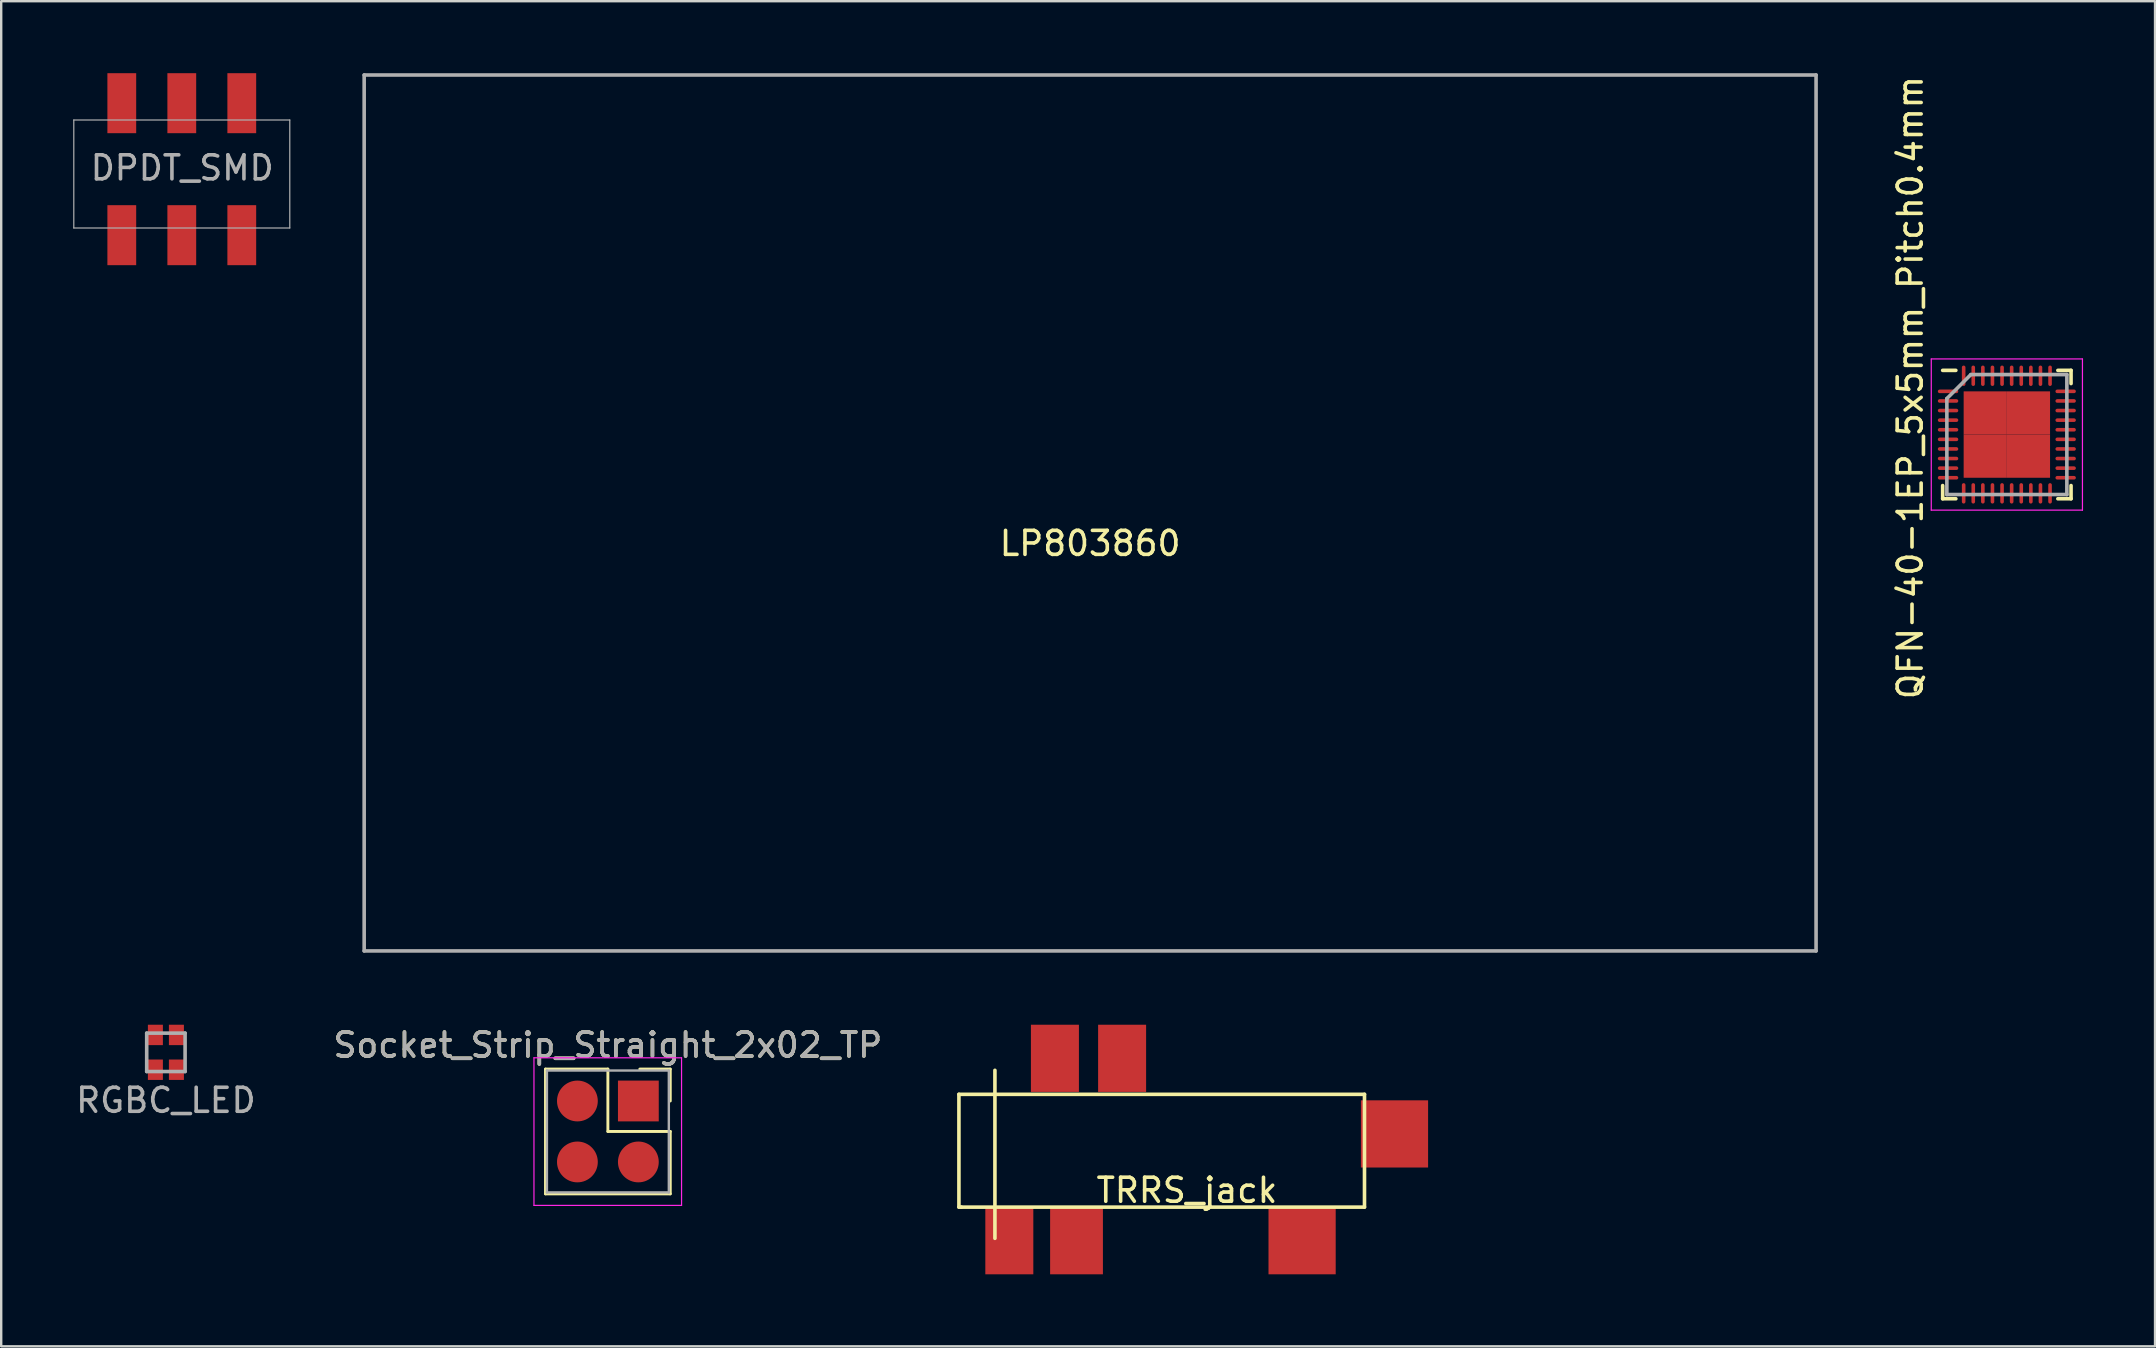
<source format=kicad_pcb>
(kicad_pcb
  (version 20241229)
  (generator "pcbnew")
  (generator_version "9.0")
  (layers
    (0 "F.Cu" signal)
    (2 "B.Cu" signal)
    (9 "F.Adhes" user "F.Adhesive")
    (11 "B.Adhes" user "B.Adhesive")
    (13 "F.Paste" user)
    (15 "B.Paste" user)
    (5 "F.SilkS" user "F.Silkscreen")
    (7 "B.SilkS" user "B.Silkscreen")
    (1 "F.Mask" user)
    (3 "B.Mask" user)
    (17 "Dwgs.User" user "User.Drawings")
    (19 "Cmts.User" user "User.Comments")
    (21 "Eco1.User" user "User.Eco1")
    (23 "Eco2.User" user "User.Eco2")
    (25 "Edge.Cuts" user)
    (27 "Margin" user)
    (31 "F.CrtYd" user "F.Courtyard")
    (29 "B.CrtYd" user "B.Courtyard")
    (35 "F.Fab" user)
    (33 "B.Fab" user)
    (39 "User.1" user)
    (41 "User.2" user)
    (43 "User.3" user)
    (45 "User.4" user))
  (footprint "DPDT_SMD"
    (layer "F.Cu")
    (at 4.525 3.95)
    (property "Reference" "DPDT_SMD" (at 0.018 -0.003 0) (layer "F.Fab") (effects (font (size 1 1) (thickness 0.15))))
    (attr smd)
    (fp_line (start -4.5 -2) (end -4.5 2.5) (stroke (width 0.05) (type solid)) (layer "F.Fab"))
    (fp_line (start -4.5 2.5) (end 4.5 2.5) (stroke (width 0.05) (type solid)) (layer "F.Fab"))
    (fp_line (start 4.5 -2) (end -4.5 -2) (stroke (width 0.05) (type solid)) (layer "F.Fab"))
    (fp_line (start 4.5 2.5) (end 4.5 -2) (stroke (width 0.05) (type solid)) (layer "F.Fab"))
    (pad "1" smd rect (at 0 -2.7) (size 1.2 2.5) (layers "F.Cu" "F.Mask" "F.Paste"))
    (pad "1" smd rect (at 0 2.8) (size 1.2 2.5) (layers "F.Cu" "F.Mask" "F.Paste"))
    (pad "2" smd rect (at 2.5 -2.7) (size 1.2 2.5) (layers "F.Cu" "F.Mask" "F.Paste"))
    (pad "2" smd rect (at 2.5 2.8) (size 1.2 2.5) (layers "F.Cu" "F.Mask" "F.Paste"))
    (pad "~" smd rect (at -2.5 -2.7) (size 1.2 2.5) (layers "F.Cu" "F.Mask" "F.Paste"))
    (pad "~" smd rect (at -2.5 2.8) (size 1.2 2.5) (layers "F.Cu" "F.Mask" "F.Paste")))
  (footprint "RGBC_LED"
    (layer "F.Cu")
    (at 3.863 40.8)
    (property "Reference" "RGBC_LED" (at 0 2 0) (layer "F.Fab") (effects (font (size 1 1) (thickness 0.15))))
    (attr smd)
    (fp_line (start -0.8 -0.8) (end 0.8 -0.8) (stroke (width 0.15) (type solid)) (layer "F.Fab"))
    (fp_line (start -0.8 0.8) (end -0.8 -0.8) (stroke (width 0.15) (type solid)) (layer "F.Fab"))
    (fp_line (start 0.8 -0.8) (end 0.8 0.8) (stroke (width 0.15) (type solid)) (layer "F.Fab"))
    (fp_line (start 0.8 0.8) (end -0.8 0.8) (stroke (width 0.15) (type solid)) (layer "F.Fab"))
    (pad "1" smd rect (at -0.438 -0.725) (size 0.625 0.85) (layers "F.Cu" "F.Mask" "F.Paste"))
    (pad "2" smd rect (at 0.438 -0.725) (size 0.625 0.85) (layers "F.Cu" "F.Mask" "F.Paste"))
    (pad "3" smd rect (at 0.438 0.725) (size 0.625 0.85) (layers "F.Cu" "F.Mask" "F.Paste"))
    (pad "4" smd rect (at -0.438 0.725) (size 0.625 0.85) (layers "F.Cu" "F.Mask" "F.Paste")))
  (footprint "Socket_Strip_Straight_2x02_TP"
    (layer "F.Cu")
    (at 23.55 42.828)
    (property "Reference" "Socket_Strip_Straight_2x02_TP" (at -1.27 -2.33 0) (layer "F.SilkS") (effects (font (size 1 1) (thickness 0.15))))
    (attr through_hole)
    (fp_line (start -3.87 -1.33) (end -1.27 -1.33) (stroke (width 0.12) (type solid)) (layer "F.SilkS"))
    (fp_line (start -3.87 3.87) (end -3.87 -1.33) (stroke (width 0.12) (type solid)) (layer "F.SilkS"))
    (fp_line (start -1.27 -1.33) (end -1.27 1.27) (stroke (width 0.12) (type solid)) (layer "F.SilkS"))
    (fp_line (start -1.27 1.27) (end 1.33 1.27) (stroke (width 0.12) (type solid)) (layer "F.SilkS"))
    (fp_line (start 1.33 -1.33) (end 0.06 -1.33) (stroke (width 0.12) (type solid)) (layer "F.SilkS"))
    (fp_line (start 1.33 0) (end 1.33 -1.33) (stroke (width 0.12) (type solid)) (layer "F.SilkS"))
    (fp_line (start 1.33 1.27) (end 1.33 3.87) (stroke (width 0.12) (type solid)) (layer "F.SilkS"))
    (fp_line (start 1.33 3.87) (end -3.87 3.87) (stroke (width 0.12) (type solid)) (layer "F.SilkS"))
    (fp_line (start -4.35 -1.8) (end -4.35 4.35) (stroke (width 0.05) (type solid)) (layer "F.CrtYd"))
    (fp_line (start -4.35 4.35) (end 1.8 4.35) (stroke (width 0.05) (type solid)) (layer "F.CrtYd"))
    (fp_line (start 1.8 -1.8) (end -4.35 -1.8) (stroke (width 0.05) (type solid)) (layer "F.CrtYd"))
    (fp_line (start 1.8 4.35) (end 1.8 -1.8) (stroke (width 0.05) (type solid)) (layer "F.CrtYd"))
    (fp_line (start -3.81 -1.27) (end -3.81 3.81) (stroke (width 0.1) (type solid)) (layer "F.Fab"))
    (fp_line (start -3.81 3.81) (end 1.27 3.81) (stroke (width 0.1) (type solid)) (layer "F.Fab"))
    (fp_line (start 1.27 -1.27) (end -3.81 -1.27) (stroke (width 0.1) (type solid)) (layer "F.Fab"))
    (fp_line (start 1.27 3.81) (end 1.27 -1.27) (stroke (width 0.1) (type solid)) (layer "F.Fab"))
    (fp_text user "${REFERENCE}" (at -1.27 -2.33 0) (layer "F.Fab") (effects (font (size 1 1) (thickness 0.15))))
    (pad "1" smd rect (at 0 0) (size 1.7 1.7) (layers "F.Cu" "F.Mask" "F.Paste"))
    (pad "2" smd oval (at -2.54 0) (size 1.7 1.7) (layers "F.Cu" "F.Mask" "F.Paste"))
    (pad "3" smd oval (at 0 2.54) (size 1.7 1.7) (layers "F.Cu" "F.Mask" "F.Paste"))
    (pad "4" smd oval (at -2.54 2.54) (size 1.7 1.7) (layers "F.Cu" "F.Mask" "F.Paste")))
  (footprint "TRRS_jack"
    (layer "F.Cu")
    (at 45.358 44.9)
    (property "Reference" "TRRS_jack" (at 1.05 1.65 0) (layer "F.SilkS") (effects (font (size 1 1) (thickness 0.15))))
    (attr smd)
    (fp_line (start -8.45 -2.35) (end 8.45 -2.35) (stroke (width 0.15) (type solid)) (layer "F.SilkS"))
    (fp_line (start -8.45 2.35) (end -8.45 -2.35) (stroke (width 0.15) (type solid)) (layer "F.SilkS"))
    (fp_line (start -8.35 2.35) (end -8.45 2.35) (stroke (width 0.15) (type solid)) (layer "F.SilkS"))
    (fp_line (start -6.95 -3.35) (end -6.95 3.65) (stroke (width 0.15) (type solid)) (layer "F.SilkS"))
    (fp_line (start 8.45 -2.35) (end 8.45 2.35) (stroke (width 0.15) (type solid)) (layer "F.SilkS"))
    (fp_line (start 8.45 2.35) (end -8.35 2.35) (stroke (width 0.15) (type solid)) (layer "F.SilkS"))
    (pad "5" smd rect (at 9.7 -0.7) (size 2.8 2.8) (layers "F.Cu" "F.Mask" "F.Paste"))
    (pad "6" smd rect (at -4.45 -3.85) (size 2 2.8) (layers "F.Cu" "F.Mask" "F.Paste"))
    (pad "R1" smd rect (at -1.65 -3.85) (size 2 2.8) (layers "F.Cu" "F.Mask" "F.Paste"))
    (pad "R2" smd rect (at -3.55 3.75) (size 2.2 2.8) (layers "F.Cu" "F.Mask" "F.Paste"))
    (pad "S" smd rect (at -6.35 3.75) (size 2 2.8) (layers "F.Cu" "F.Mask" "F.Paste"))
    (pad "T" smd rect (at 5.85 3.75) (size 2.8 2.8) (layers "F.Cu" "F.Mask" "F.Paste")))
  (footprint "LP803860"
    (layer "F.Cu")
    (at 42.375 18.325)
    (property "Reference" "LP803860" (at 0 1.27 0) (layer "F.SilkS") (effects (font (size 1 1) (thickness 0.15))))
    (attr through_hole)
    (fp_line (start -30.25 -18.25) (end -30.25 18.25) (stroke (width 0.15) (type solid)) (layer "F.Fab"))
    (fp_line (start 30.25 -18.25) (end -30.25 -18.25) (stroke (width 0.15) (type solid)) (layer "F.Fab"))
    (fp_line (start 30.25 -18.25) (end 30.25 18.25) (stroke (width 0.15) (type solid)) (layer "F.Fab"))
    (fp_line (start 30.25 18.25) (end -30.25 18.25) (stroke (width 0.15) (type solid)) (layer "F.Fab")))
  (footprint "QFN-40-1EP_5x5mm_Pitch0.4mm"
    (layer "F.Cu")
    (at 80.575 15.058)
    (property "Reference" "QFN-40-1EP_5x5mm_Pitch0.4mm" (at -4.026 -1.957 270) (layer "F.SilkS") (effects (font (size 1 1) (thickness 0.15))))
    (attr smd)
    (fp_line (start -2.675 -2.675) (end -2.125 -2.675) (stroke (width 0.15) (type solid)) (layer "F.SilkS"))
    (fp_line (start -2.675 2.675) (end -2.675 2.125) (stroke (width 0.15) (type solid)) (layer "F.SilkS"))
    (fp_line (start -2.675 2.675) (end -2.125 2.675) (stroke (width 0.15) (type solid)) (layer "F.SilkS"))
    (fp_line (start 2.675 -2.675) (end 2.125 -2.675) (stroke (width 0.15) (type solid)) (layer "F.SilkS"))
    (fp_line (start 2.675 -2.675) (end 2.675 -2.125) (stroke (width 0.15) (type solid)) (layer "F.SilkS"))
    (fp_line (start 2.675 2.675) (end 2.125 2.675) (stroke (width 0.15) (type solid)) (layer "F.SilkS"))
    (fp_line (start 2.675 2.675) (end 2.675 2.125) (stroke (width 0.15) (type solid)) (layer "F.SilkS"))
    (fp_line (start -3.15 -3.15) (end -3.15 3.15) (stroke (width 0.05) (type solid)) (layer "F.CrtYd"))
    (fp_line (start -3.15 -3.15) (end 3.15 -3.15) (stroke (width 0.05) (type solid)) (layer "F.CrtYd"))
    (fp_line (start -3.15 3.15) (end 3.15 3.15) (stroke (width 0.05) (type solid)) (layer "F.CrtYd"))
    (fp_line (start 3.15 -3.15) (end 3.15 3.15) (stroke (width 0.05) (type solid)) (layer "F.CrtYd"))
    (fp_line (start -2.5 -1.5) (end -1.5 -2.5) (stroke (width 0.15) (type solid)) (layer "F.Fab"))
    (fp_line (start -2.5 2.5) (end -2.5 -1.5) (stroke (width 0.15) (type solid)) (layer "F.Fab"))
    (fp_line (start -1.5 -2.5) (end 2.5 -2.5) (stroke (width 0.15) (type solid)) (layer "F.Fab"))
    (fp_line (start 2.5 -2.5) (end 2.5 2.5) (stroke (width 0.15) (type solid)) (layer "F.Fab"))
    (fp_line (start 2.5 2.5) (end -2.5 2.5) (stroke (width 0.15) (type solid)) (layer "F.Fab"))
    (pad "1" smd oval (at -2.45 -1.8) (size 0.85 0.15) (layers "F.Cu" "F.Mask" "F.Paste"))
    (pad "2" smd oval (at -2.45 -1.4) (size 0.85 0.15) (layers "F.Cu" "F.Mask" "F.Paste"))
    (pad "3" smd oval (at -2.45 -1) (size 0.85 0.15) (layers "F.Cu" "F.Mask" "F.Paste"))
    (pad "4" smd oval (at -2.45 -0.6) (size 0.85 0.15) (layers "F.Cu" "F.Mask" "F.Paste"))
    (pad "5" smd oval (at -2.45 -0.2) (size 0.85 0.15) (layers "F.Cu" "F.Mask" "F.Paste"))
    (pad "6" smd oval (at -2.45 0.2) (size 0.85 0.15) (layers "F.Cu" "F.Mask" "F.Paste"))
    (pad "7" smd oval (at -2.45 0.6) (size 0.85 0.15) (layers "F.Cu" "F.Mask" "F.Paste"))
    (pad "8" smd oval (at -2.45 1) (size 0.85 0.15) (layers "F.Cu" "F.Mask" "F.Paste"))
    (pad "9" smd oval (at -2.45 1.4) (size 0.85 0.15) (layers "F.Cu" "F.Mask" "F.Paste"))
    (pad "10" smd oval (at -2.45 1.8) (size 0.85 0.15) (layers "F.Cu" "F.Mask" "F.Paste"))
    (pad "11" smd oval (at -1.8 2.45 90) (size 0.85 0.15) (layers "F.Cu" "F.Mask" "F.Paste"))
    (pad "12" smd oval (at -1.4 2.45 90) (size 0.85 0.15) (layers "F.Cu" "F.Mask" "F.Paste"))
    (pad "13" smd oval (at -1 2.45 90) (size 0.85 0.15) (layers "F.Cu" "F.Mask" "F.Paste"))
    (pad "14" smd oval (at -0.6 2.45 90) (size 0.85 0.15) (layers "F.Cu" "F.Mask" "F.Paste"))
    (pad "15" smd oval (at -0.2 2.45 90) (size 0.85 0.15) (layers "F.Cu" "F.Mask" "F.Paste"))
    (pad "16" smd oval (at 0.2 2.45 90) (size 0.85 0.15) (layers "F.Cu" "F.Mask" "F.Paste"))
    (pad "17" smd oval (at 0.6 2.45 90) (size 0.85 0.15) (layers "F.Cu" "F.Mask" "F.Paste"))
    (pad "18" smd oval (at 1 2.45 90) (size 0.85 0.15) (layers "F.Cu" "F.Mask" "F.Paste"))
    (pad "19" smd oval (at 1.4 2.45 90) (size 0.85 0.15) (layers "F.Cu" "F.Mask" "F.Paste"))
    (pad "20" smd oval (at 1.8 2.45 90) (size 0.85 0.15) (layers "F.Cu" "F.Mask" "F.Paste"))
    (pad "21" smd oval (at 2.45 1.8) (size 0.85 0.15) (layers "F.Cu" "F.Mask" "F.Paste"))
    (pad "22" smd oval (at 2.45 1.4) (size 0.85 0.15) (layers "F.Cu" "F.Mask" "F.Paste"))
    (pad "23" smd oval (at 2.45 1) (size 0.85 0.15) (layers "F.Cu" "F.Mask" "F.Paste"))
    (pad "24" smd oval (at 2.45 0.6) (size 0.85 0.15) (layers "F.Cu" "F.Mask" "F.Paste"))
    (pad "25" smd oval (at 2.45 0.2) (size 0.85 0.15) (layers "F.Cu" "F.Mask" "F.Paste"))
    (pad "26" smd oval (at 2.45 -0.2) (size 0.85 0.15) (layers "F.Cu" "F.Mask" "F.Paste"))
    (pad "27" smd oval (at 2.45 -0.6) (size 0.85 0.15) (layers "F.Cu" "F.Mask" "F.Paste"))
    (pad "28" smd oval (at 2.45 -1) (size 0.85 0.15) (layers "F.Cu" "F.Mask" "F.Paste"))
    (pad "29" smd oval (at 2.45 -1.4) (size 0.85 0.15) (layers "F.Cu" "F.Mask" "F.Paste"))
    (pad "30" smd oval (at 2.45 -1.8) (size 0.85 0.15) (layers "F.Cu" "F.Mask" "F.Paste"))
    (pad "31" smd oval (at 1.8 -2.45 90) (size 0.85 0.15) (layers "F.Cu" "F.Mask" "F.Paste"))
    (pad "32" smd oval (at 1.4 -2.45 90) (size 0.85 0.15) (layers "F.Cu" "F.Mask" "F.Paste"))
    (pad "33" smd oval (at 1 -2.45 90) (size 0.85 0.15) (layers "F.Cu" "F.Mask" "F.Paste"))
    (pad "34" smd oval (at 0.6 -2.45 90) (size 0.85 0.15) (layers "F.Cu" "F.Mask" "F.Paste"))
    (pad "35" smd oval (at 0.2 -2.45 90) (size 0.85 0.15) (layers "F.Cu" "F.Mask" "F.Paste"))
    (pad "36" smd oval (at -0.2 -2.45 90) (size 0.85 0.15) (layers "F.Cu" "F.Mask" "F.Paste"))
    (pad "37" smd oval (at -0.6 -2.45 90) (size 0.85 0.15) (layers "F.Cu" "F.Mask" "F.Paste"))
    (pad "38" smd oval (at -1 -2.45 90) (size 0.85 0.15) (layers "F.Cu" "F.Mask" "F.Paste"))
    (pad "39" smd oval (at -1.4 -2.45 90) (size 0.85 0.15) (layers "F.Cu" "F.Mask" "F.Paste"))
    (pad "40" smd oval (at -1.8 -2.45 90) (size 0.85 0.15) (layers "F.Cu" "F.Mask" "F.Paste"))
    (pad "41" smd rect (at -0.9 -0.9) (size 1.8 1.8) (layers "F.Cu" "F.Mask" "F.Paste"))
    (pad "41" smd rect (at -0.9 0.9) (size 1.8 1.8) (layers "F.Cu" "F.Mask" "F.Paste"))
    (pad "41" smd rect (at 0.9 -0.9) (size 1.8 1.8) (layers "F.Cu" "F.Mask" "F.Paste"))
    (pad "41" smd rect (at 0.9 0.9) (size 1.8 1.8) (layers "F.Cu" "F.Mask" "F.Paste")))
  (gr_rect
    (start -3 -3)
    (end 86.75 53.05)
    (stroke (width 0.1) (type default))
    (fill no)
    (layer "Edge.Cuts")))
</source>
